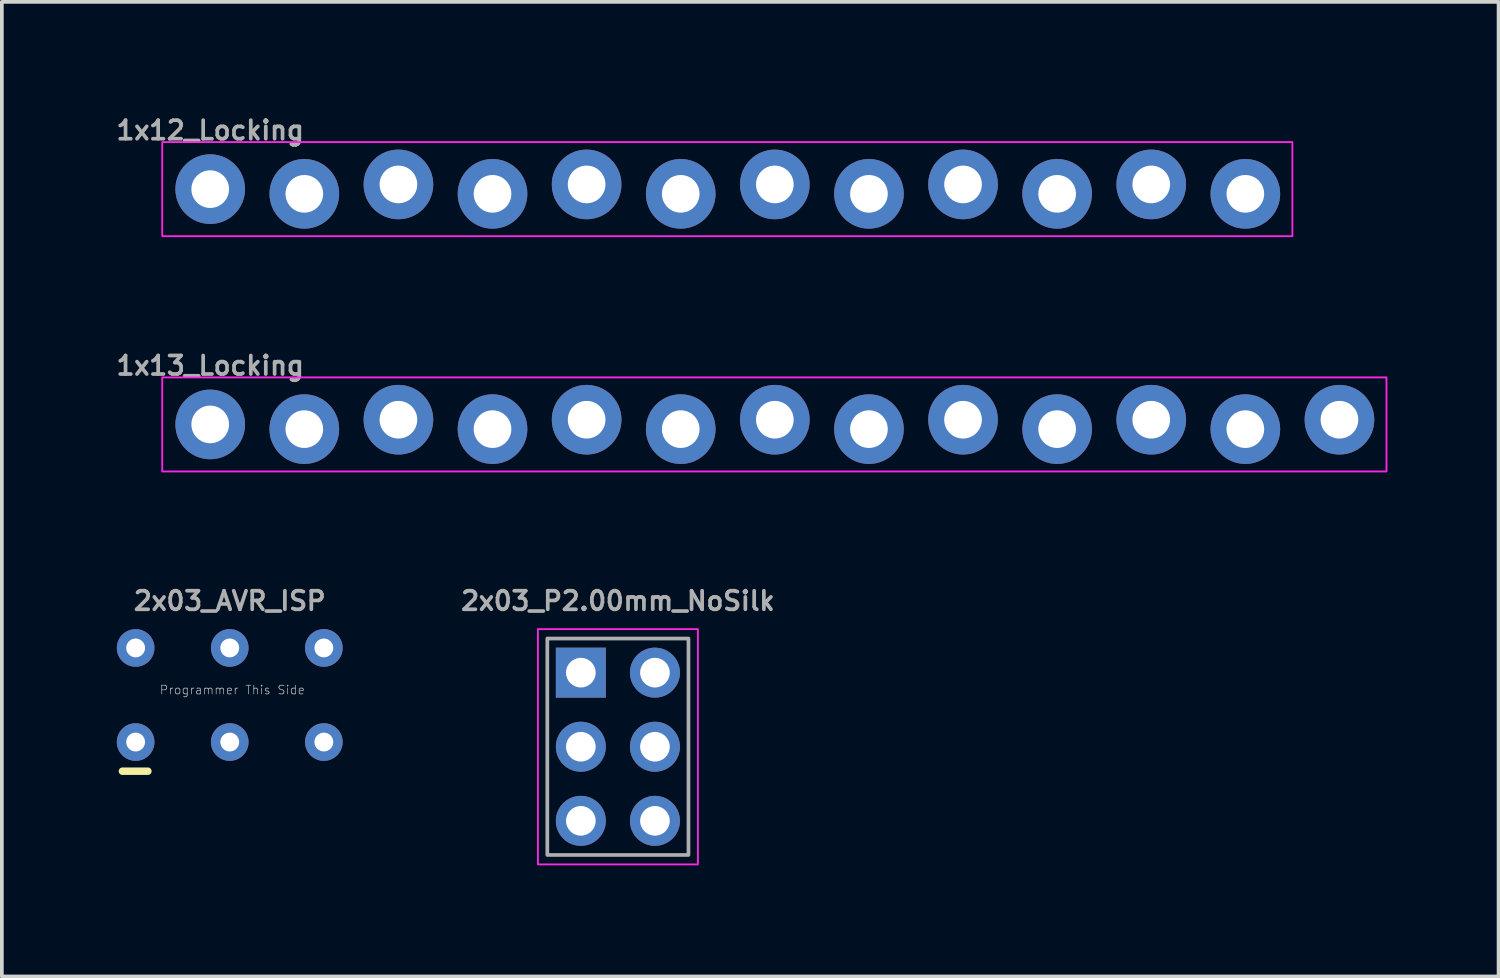
<source format=kicad_pcb>
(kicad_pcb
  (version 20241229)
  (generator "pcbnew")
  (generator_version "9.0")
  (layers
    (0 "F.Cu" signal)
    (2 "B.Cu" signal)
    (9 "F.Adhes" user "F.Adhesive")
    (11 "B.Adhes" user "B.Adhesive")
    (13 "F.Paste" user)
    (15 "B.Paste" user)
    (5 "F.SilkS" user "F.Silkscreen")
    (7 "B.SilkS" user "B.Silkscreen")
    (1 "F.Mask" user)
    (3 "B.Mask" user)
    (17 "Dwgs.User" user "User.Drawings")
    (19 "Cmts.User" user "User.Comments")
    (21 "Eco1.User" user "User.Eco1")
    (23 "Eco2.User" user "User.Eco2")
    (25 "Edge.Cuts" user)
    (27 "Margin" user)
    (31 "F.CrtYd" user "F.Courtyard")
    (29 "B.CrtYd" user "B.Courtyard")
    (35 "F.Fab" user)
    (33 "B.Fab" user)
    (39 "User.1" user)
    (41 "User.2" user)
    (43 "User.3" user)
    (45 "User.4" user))
  (footprint "2x03_P2.00mm_NoSilk"
    (layer "F.Cu")
    (at 13.628 17.106)
    (property "Reference" "2x03_P2.00mm_NoSilk" (at 0 -3.937 0) (layer "F.Fab") (effects (font (size 0.5 0.5) (thickness 0.1))))
    (attr through_hole)
    (fp_rect (start -2.159 -3.175) (end 2.159 3.175) (stroke (width 0.05) (type default)) (fill no) (layer "F.CrtYd"))
    (fp_rect (start -1.905 -2.921) (end 1.905 2.921) (stroke (width 0.1) (type default)) (fill no) (layer "F.Fab"))
    (pad "1" thru_hole rect (at -1 -2) (size 1.35 1.35) (drill 0.8) (layers "*.Cu" "*.Mask"))
    (pad "2" thru_hole oval (at 1 -2) (size 1.35 1.35) (drill 0.8) (layers "*.Cu" "*.Mask"))
    (pad "3" thru_hole oval (at -1 0) (size 1.35 1.35) (drill 0.8) (layers "*.Cu" "*.Mask"))
    (pad "4" thru_hole oval (at 1 0) (size 1.35 1.35) (drill 0.8) (layers "*.Cu" "*.Mask"))
    (pad "5" thru_hole oval (at -1 2) (size 1.35 1.35) (drill 0.8) (layers "*.Cu" "*.Mask"))
    (pad "6" thru_hole oval (at 1 2) (size 1.35 1.35) (drill 0.8) (layers "*.Cu" "*.Mask")))
  (footprint "1x12_Locking"
    (layer "F.Cu")
    (at 2.624 2.055)
    (property "Reference" "1x12_Locking" (at 0 -1.587 0) (layer "F.Fab") (effects (font (size 0.5 0.5) (thickness 0.1))))
    (fp_rect (start -1.295 -1.27) (end 29.21 1.27) (stroke (width 0.05) (type default)) (fill no) (layer "F.CrtYd"))
    (fp_poly (pts (xy -0.254 0.254) (xy 0.254 0.254) (xy 0.254 -0.254) (xy -0.254 -0.254)) (stroke (width 0.1) (type default)) (fill no) (layer "F.Fab"))
    (fp_poly (pts (xy 2.286 0.254) (xy 2.794 0.254) (xy 2.794 -0.254) (xy 2.286 -0.254)) (stroke (width 0.1) (type default)) (fill no) (layer "F.Fab"))
    (fp_poly (pts (xy 4.826 0.254) (xy 5.334 0.254) (xy 5.334 -0.254) (xy 4.826 -0.254)) (stroke (width 0.1) (type default)) (fill no) (layer "F.Fab"))
    (fp_poly (pts (xy 7.366 0.254) (xy 7.874 0.254) (xy 7.874 -0.254) (xy 7.366 -0.254)) (stroke (width 0.1) (type default)) (fill no) (layer "F.Fab"))
    (fp_poly (pts (xy 9.906 0.254) (xy 10.414 0.254) (xy 10.414 -0.254) (xy 9.906 -0.254)) (stroke (width 0.1) (type default)) (fill no) (layer "F.Fab"))
    (fp_poly (pts (xy 12.446 0.254) (xy 12.954 0.254) (xy 12.954 -0.254) (xy 12.446 -0.254)) (stroke (width 0.1) (type default)) (fill no) (layer "F.Fab"))
    (fp_poly (pts (xy 14.986 0.254) (xy 15.494 0.254) (xy 15.494 -0.254) (xy 14.986 -0.254)) (stroke (width 0.1) (type default)) (fill no) (layer "F.Fab"))
    (fp_poly (pts (xy 17.526 0.254) (xy 18.034 0.254) (xy 18.034 -0.254) (xy 17.526 -0.254)) (stroke (width 0.1) (type default)) (fill no) (layer "F.Fab"))
    (fp_poly (pts (xy 20.066 0.254) (xy 20.574 0.254) (xy 20.574 -0.254) (xy 20.066 -0.254)) (stroke (width 0.1) (type default)) (fill no) (layer "F.Fab"))
    (fp_poly (pts (xy 22.606 0.254) (xy 23.114 0.254) (xy 23.114 -0.254) (xy 22.606 -0.254)) (stroke (width 0.1) (type default)) (fill no) (layer "F.Fab"))
    (fp_poly (pts (xy 25.146 0.254) (xy 25.654 0.254) (xy 25.654 -0.254) (xy 25.146 -0.254)) (stroke (width 0.1) (type default)) (fill no) (layer "F.Fab"))
    (fp_poly (pts (xy 27.686 0.254) (xy 28.194 0.254) (xy 28.194 -0.254) (xy 27.686 -0.254)) (stroke (width 0.1) (type default)) (fill no) (layer "F.Fab"))
    (pad "1" thru_hole circle (at 0 0 90) (size 1.88 1.88) (drill 1.016) (layers "*.Cu" "*.Mask") (remove_unused_layers yes) (keep_end_layers yes) (zone_layer_connections))
    (pad "2" thru_hole circle (at 2.54 0.127 90) (size 1.88 1.88) (drill 1.016) (layers "*.Cu" "*.Mask") (remove_unused_layers yes) (keep_end_layers yes) (zone_layer_connections))
    (pad "3" thru_hole circle (at 5.08 -0.127 90) (size 1.88 1.88) (drill 1.016) (layers "*.Cu" "*.Mask") (remove_unused_layers yes) (keep_end_layers yes) (zone_layer_connections))
    (pad "4" thru_hole circle (at 7.62 0.127 90) (size 1.88 1.88) (drill 1.016) (layers "*.Cu" "*.Mask") (remove_unused_layers yes) (keep_end_layers yes) (zone_layer_connections))
    (pad "5" thru_hole circle (at 10.16 -0.127 90) (size 1.88 1.88) (drill 1.016) (layers "*.Cu" "*.Mask") (remove_unused_layers yes) (keep_end_layers yes) (zone_layer_connections))
    (pad "6" thru_hole circle (at 12.7 0.127 90) (size 1.88 1.88) (drill 1.016) (layers "*.Cu" "*.Mask") (remove_unused_layers yes) (keep_end_layers yes) (zone_layer_connections))
    (pad "7" thru_hole circle (at 15.24 -0.127 90) (size 1.88 1.88) (drill 1.016) (layers "*.Cu" "*.Mask") (remove_unused_layers yes) (keep_end_layers yes) (zone_layer_connections))
    (pad "8" thru_hole circle (at 17.78 0.127 90) (size 1.88 1.88) (drill 1.016) (layers "*.Cu" "*.Mask") (remove_unused_layers yes) (keep_end_layers yes) (zone_layer_connections))
    (pad "9" thru_hole circle (at 20.32 -0.127 90) (size 1.88 1.88) (drill 1.016) (layers "*.Cu" "*.Mask") (remove_unused_layers yes) (keep_end_layers yes) (zone_layer_connections))
    (pad "10" thru_hole circle (at 22.86 0.127 90) (size 1.88 1.88) (drill 1.016) (layers "*.Cu" "*.Mask") (remove_unused_layers yes) (keep_end_layers yes) (zone_layer_connections))
    (pad "11" thru_hole circle (at 25.4 -0.127 90) (size 1.88 1.88) (drill 1.016) (layers "*.Cu" "*.Mask") (remove_unused_layers yes) (keep_end_layers yes) (zone_layer_connections))
    (pad "12" thru_hole circle (at 27.94 0.127 90) (size 1.88 1.88) (drill 1.016) (layers "*.Cu" "*.Mask") (remove_unused_layers yes) (keep_end_layers yes) (zone_layer_connections)))
  (footprint "2x03_AVR_ISP"
    (layer "F.Cu")
    (at 3.151 15.709)
    (property "Reference" "2x03_AVR_ISP" (at 0 -2.54 0) (unlocked yes) (layer "F.Fab") (effects (font (size 0.5 0.5) (thickness 0.1))))
    (fp_circle (center -2.54 -1.27) (end -2.235 -1.27) (stroke (width 0.611) (type solid)) (fill yes) (layer "F.Mask"))
    (fp_circle (center -2.54 1.27) (end -2.235 1.27) (stroke (width 0.611) (type solid)) (fill yes) (layer "F.Mask"))
    (fp_circle (center 0 -1.27) (end 0.305 -1.27) (stroke (width 0.611) (type solid)) (fill yes) (layer "F.Mask"))
    (fp_circle (center 0 1.27) (end 0.305 1.27) (stroke (width 0.611) (type solid)) (fill yes) (layer "F.Mask"))
    (fp_circle (center 2.54 -1.27) (end 2.845 -1.27) (stroke (width 0.611) (type solid)) (fill yes) (layer "F.Mask"))
    (fp_circle (center 2.54 1.27) (end 2.845 1.27) (stroke (width 0.611) (type solid)) (fill yes) (layer "F.Mask"))
    (fp_line (start -2.896 2.057) (end -2.21 2.057) (stroke (width 0.203) (type solid)) (layer "F.SilkS"))
    (fp_text user "Programmer This Side" (at -1.905 0 0) (unlocked yes) (layer "F.Fab") (effects (font (size 0.234 0.234) (thickness 0.02)) (justify left bottom)))
    (pad "1" thru_hole circle (at -2.54 1.27) (size 1.016 1.016) (drill 0.508) (layers "*.Cu"))
    (pad "2" thru_hole circle (at -2.54 -1.27) (size 1.016 1.016) (drill 0.508) (layers "*.Cu"))
    (pad "3" thru_hole circle (at 0 1.27) (size 1.016 1.016) (drill 0.508) (layers "*.Cu"))
    (pad "4" thru_hole circle (at 0 -1.27) (size 1.016 1.016) (drill 0.508) (layers "*.Cu"))
    (pad "5" thru_hole circle (at 2.54 1.27) (size 1.016 1.016) (drill 0.508) (layers "*.Cu"))
    (pad "6" thru_hole circle (at 2.54 -1.27) (size 1.016 1.016) (drill 0.508) (layers "*.Cu")))
  (footprint "1x13_Locking"
    (layer "F.Cu")
    (at 2.624 8.406)
    (property "Reference" "1x13_Locking" (at 0 -1.587 0) (layer "F.Fab") (effects (font (size 0.5 0.5) (thickness 0.1))))
    (fp_rect (start -1.295 -1.27) (end 31.75 1.27) (stroke (width 0.05) (type default)) (fill no) (layer "F.CrtYd"))
    (fp_poly (pts (xy -0.254 0.254) (xy 0.254 0.254) (xy 0.254 -0.254) (xy -0.254 -0.254)) (stroke (width 0.1) (type default)) (fill no) (layer "F.Fab"))
    (fp_poly (pts (xy 2.286 0.254) (xy 2.794 0.254) (xy 2.794 -0.254) (xy 2.286 -0.254)) (stroke (width 0.1) (type default)) (fill no) (layer "F.Fab"))
    (fp_poly (pts (xy 4.826 0.254) (xy 5.334 0.254) (xy 5.334 -0.254) (xy 4.826 -0.254)) (stroke (width 0.1) (type default)) (fill no) (layer "F.Fab"))
    (fp_poly (pts (xy 7.366 0.254) (xy 7.874 0.254) (xy 7.874 -0.254) (xy 7.366 -0.254)) (stroke (width 0.1) (type default)) (fill no) (layer "F.Fab"))
    (fp_poly (pts (xy 9.906 0.254) (xy 10.414 0.254) (xy 10.414 -0.254) (xy 9.906 -0.254)) (stroke (width 0.1) (type default)) (fill no) (layer "F.Fab"))
    (fp_poly (pts (xy 12.446 0.254) (xy 12.954 0.254) (xy 12.954 -0.254) (xy 12.446 -0.254)) (stroke (width 0.1) (type default)) (fill no) (layer "F.Fab"))
    (fp_poly (pts (xy 14.986 0.254) (xy 15.494 0.254) (xy 15.494 -0.254) (xy 14.986 -0.254)) (stroke (width 0.1) (type default)) (fill no) (layer "F.Fab"))
    (fp_poly (pts (xy 17.526 0.254) (xy 18.034 0.254) (xy 18.034 -0.254) (xy 17.526 -0.254)) (stroke (width 0.1) (type default)) (fill no) (layer "F.Fab"))
    (fp_poly (pts (xy 20.066 0.254) (xy 20.574 0.254) (xy 20.574 -0.254) (xy 20.066 -0.254)) (stroke (width 0.1) (type default)) (fill no) (layer "F.Fab"))
    (fp_poly (pts (xy 22.606 0.254) (xy 23.114 0.254) (xy 23.114 -0.254) (xy 22.606 -0.254)) (stroke (width 0.1) (type default)) (fill no) (layer "F.Fab"))
    (fp_poly (pts (xy 25.146 0.254) (xy 25.654 0.254) (xy 25.654 -0.254) (xy 25.146 -0.254)) (stroke (width 0.1) (type default)) (fill no) (layer "F.Fab"))
    (fp_poly (pts (xy 27.686 0.254) (xy 28.194 0.254) (xy 28.194 -0.254) (xy 27.686 -0.254)) (stroke (width 0.1) (type default)) (fill no) (layer "F.Fab"))
    (fp_poly (pts (xy 30.226 0.254) (xy 30.734 0.254) (xy 30.734 -0.254) (xy 30.226 -0.254)) (stroke (width 0.1) (type default)) (fill no) (layer "F.Fab"))
    (pad "1" thru_hole circle (at 0 0 90) (size 1.88 1.88) (drill 1.016) (layers "*.Cu" "*.Mask") (remove_unused_layers yes) (keep_end_layers yes) (zone_layer_connections))
    (pad "2" thru_hole circle (at 2.54 0.127 90) (size 1.88 1.88) (drill 1.016) (layers "*.Cu" "*.Mask") (remove_unused_layers yes) (keep_end_layers yes) (zone_layer_connections))
    (pad "3" thru_hole circle (at 5.08 -0.127 90) (size 1.88 1.88) (drill 1.016) (layers "*.Cu" "*.Mask") (remove_unused_layers yes) (keep_end_layers yes) (zone_layer_connections))
    (pad "4" thru_hole circle (at 7.62 0.127 90) (size 1.88 1.88) (drill 1.016) (layers "*.Cu" "*.Mask") (remove_unused_layers yes) (keep_end_layers yes) (zone_layer_connections))
    (pad "5" thru_hole circle (at 10.16 -0.127 90) (size 1.88 1.88) (drill 1.016) (layers "*.Cu" "*.Mask") (remove_unused_layers yes) (keep_end_layers yes) (zone_layer_connections))
    (pad "6" thru_hole circle (at 12.7 0.127 90) (size 1.88 1.88) (drill 1.016) (layers "*.Cu" "*.Mask") (remove_unused_layers yes) (keep_end_layers yes) (zone_layer_connections))
    (pad "7" thru_hole circle (at 15.24 -0.127 90) (size 1.88 1.88) (drill 1.016) (layers "*.Cu" "*.Mask") (remove_unused_layers yes) (keep_end_layers yes) (zone_layer_connections))
    (pad "8" thru_hole circle (at 17.78 0.127 90) (size 1.88 1.88) (drill 1.016) (layers "*.Cu" "*.Mask") (remove_unused_layers yes) (keep_end_layers yes) (zone_layer_connections))
    (pad "9" thru_hole circle (at 20.32 -0.127 90) (size 1.88 1.88) (drill 1.016) (layers "*.Cu" "*.Mask") (remove_unused_layers yes) (keep_end_layers yes) (zone_layer_connections))
    (pad "10" thru_hole circle (at 22.86 0.127 90) (size 1.88 1.88) (drill 1.016) (layers "*.Cu" "*.Mask") (remove_unused_layers yes) (keep_end_layers yes) (zone_layer_connections))
    (pad "11" thru_hole circle (at 25.4 -0.127 90) (size 1.88 1.88) (drill 1.016) (layers "*.Cu" "*.Mask") (remove_unused_layers yes) (keep_end_layers yes) (zone_layer_connections))
    (pad "12" thru_hole circle (at 27.94 0.127 90) (size 1.88 1.88) (drill 1.016) (layers "*.Cu" "*.Mask") (remove_unused_layers yes) (keep_end_layers yes) (zone_layer_connections))
    (pad "13" thru_hole circle (at 30.48 -0.127 90) (size 1.88 1.88) (drill 1.016) (layers "*.Cu" "*.Mask") (remove_unused_layers yes) (keep_end_layers yes) (zone_layer_connections)))
  (gr_rect
    (start -3 -3)
    (end 37.399 23.306)
    (stroke (width 0.1) (type default))
    (fill no)
    (layer "Edge.Cuts")))
</source>
